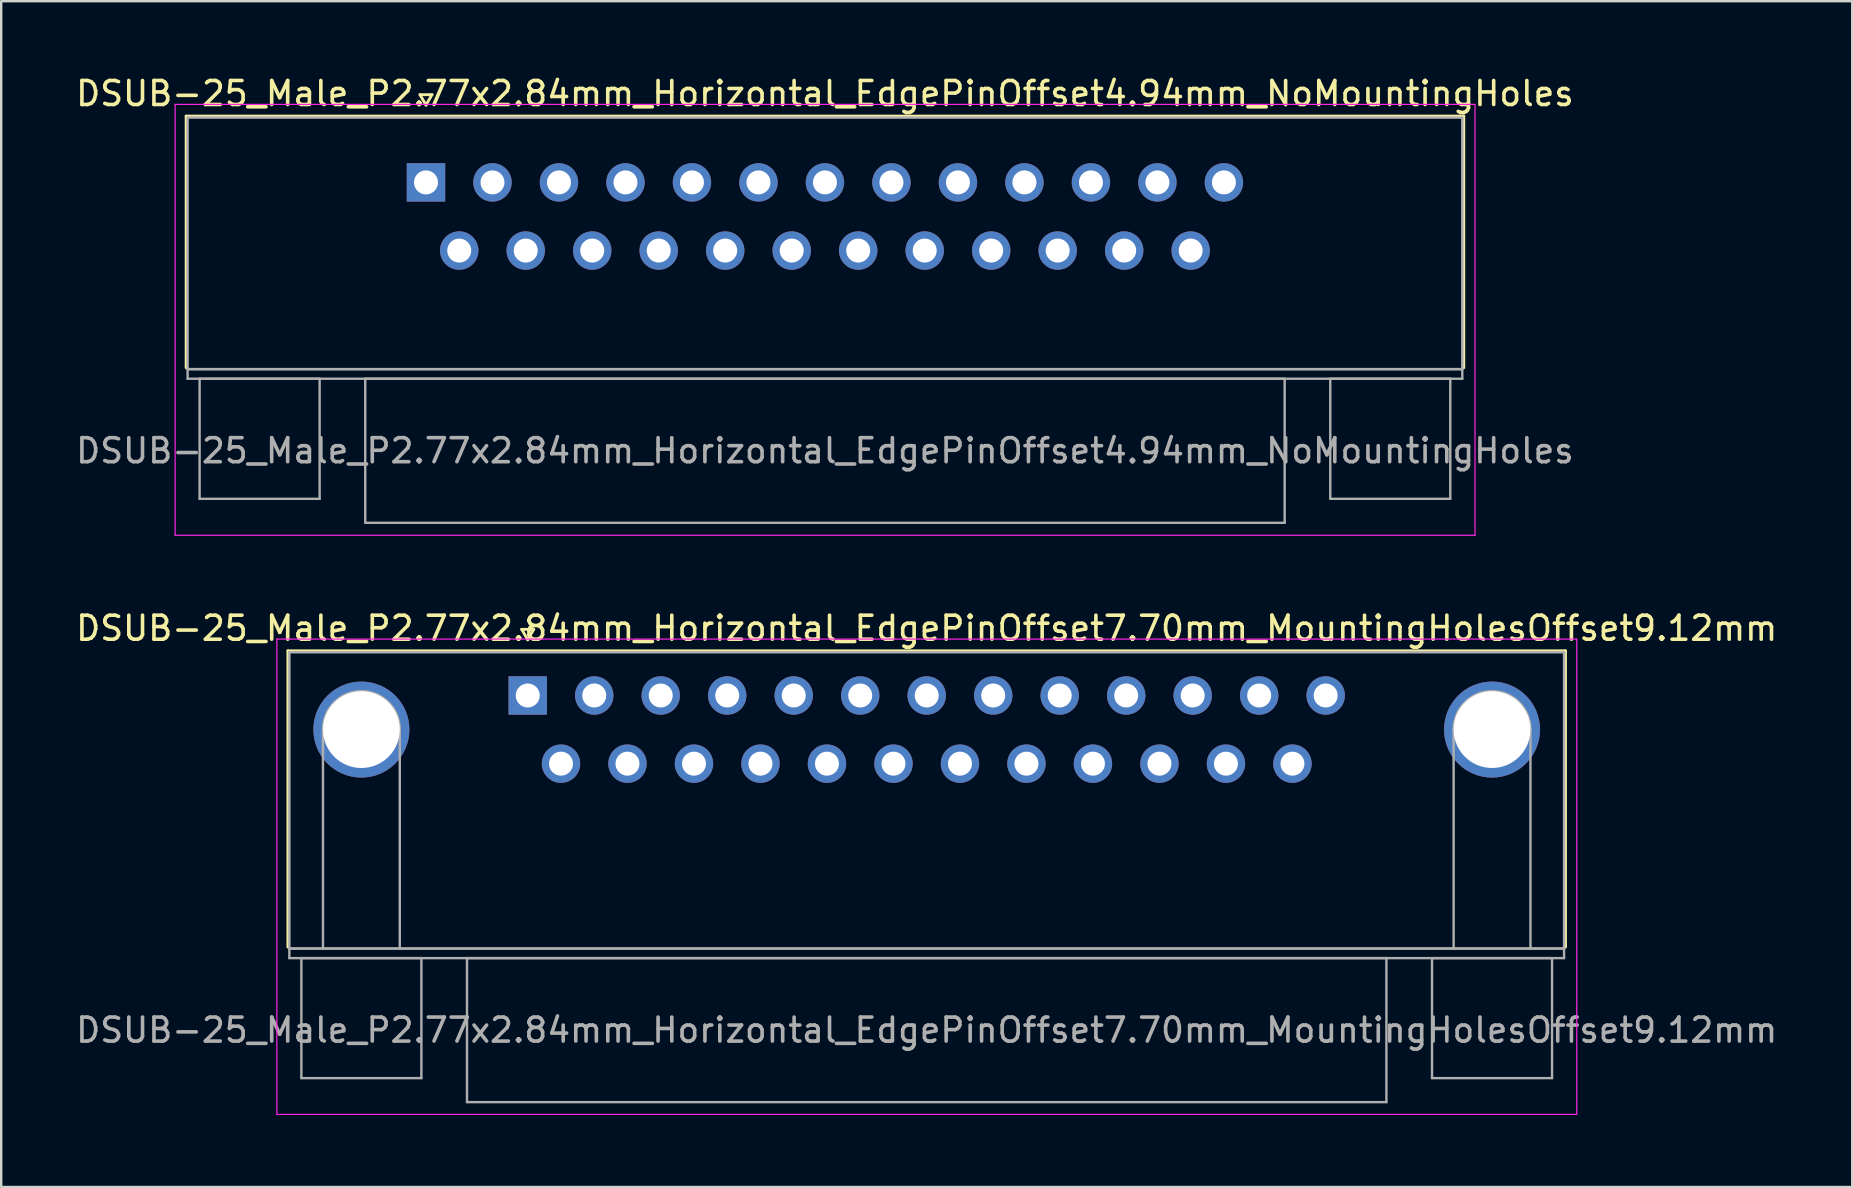
<source format=kicad_pcb>
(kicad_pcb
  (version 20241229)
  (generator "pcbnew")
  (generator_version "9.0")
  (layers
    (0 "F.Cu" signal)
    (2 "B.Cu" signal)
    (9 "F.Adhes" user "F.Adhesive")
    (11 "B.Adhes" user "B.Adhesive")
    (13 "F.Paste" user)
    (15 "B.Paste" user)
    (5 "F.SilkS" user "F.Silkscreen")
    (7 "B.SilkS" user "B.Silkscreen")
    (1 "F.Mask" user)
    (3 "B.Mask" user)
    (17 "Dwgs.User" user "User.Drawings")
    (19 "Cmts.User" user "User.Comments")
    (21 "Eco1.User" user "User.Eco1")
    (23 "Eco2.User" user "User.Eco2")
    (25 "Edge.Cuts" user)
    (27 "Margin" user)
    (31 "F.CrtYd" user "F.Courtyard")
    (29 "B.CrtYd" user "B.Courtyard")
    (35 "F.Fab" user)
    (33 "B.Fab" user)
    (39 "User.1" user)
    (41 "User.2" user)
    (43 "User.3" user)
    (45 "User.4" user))
  (footprint "DSUB-25_Male_P2.77x2.84mm_Horizontal_EdgePinOffset4.94mm_NoMountingHoles"
    (layer "F.Cu")
    (at 14.695 4.548)
    (property "Reference" "DSUB-25_Male_P2.77x2.84mm_Horizontal_EdgePinOffset4.94mm_NoMountingHoles" (at 16.62 -3.7 0) (layer "F.SilkS") (effects (font (size 1 1) (thickness 0.15))))
    (attr through_hole)
    (fp_line (start -9.99 -2.76) (end 43.23 -2.76) (stroke (width 0.12) (type solid)) (layer "F.SilkS"))
    (fp_line (start -9.99 7.72) (end -9.99 -2.76) (stroke (width 0.12) (type solid)) (layer "F.SilkS"))
    (fp_line (start -0.25 -3.654) (end 0.25 -3.654) (stroke (width 0.12) (type solid)) (layer "F.SilkS"))
    (fp_line (start 0 -3.221) (end -0.25 -3.654) (stroke (width 0.12) (type solid)) (layer "F.SilkS"))
    (fp_line (start 0.25 -3.654) (end 0 -3.221) (stroke (width 0.12) (type solid)) (layer "F.SilkS"))
    (fp_line (start 43.23 -2.76) (end 43.23 7.72) (stroke (width 0.12) (type solid)) (layer "F.SilkS"))
    (fp_line (start -10.45 -3.25) (end -10.45 14.7) (stroke (width 0.05) (type solid)) (layer "F.CrtYd"))
    (fp_line (start -10.45 14.7) (end 43.7 14.7) (stroke (width 0.05) (type solid)) (layer "F.CrtYd"))
    (fp_line (start 43.7 -3.25) (end -10.45 -3.25) (stroke (width 0.05) (type solid)) (layer "F.CrtYd"))
    (fp_line (start 43.7 14.7) (end 43.7 -3.25) (stroke (width 0.05) (type solid)) (layer "F.CrtYd"))
    (fp_line (start -9.93 -2.7) (end -9.93 7.78) (stroke (width 0.1) (type solid)) (layer "F.Fab"))
    (fp_line (start -9.93 7.78) (end -9.93 8.18) (stroke (width 0.1) (type solid)) (layer "F.Fab"))
    (fp_line (start -9.93 7.78) (end 43.17 7.78) (stroke (width 0.1) (type solid)) (layer "F.Fab"))
    (fp_line (start -9.93 8.18) (end 43.17 8.18) (stroke (width 0.1) (type solid)) (layer "F.Fab"))
    (fp_line (start -9.43 8.18) (end -9.43 13.18) (stroke (width 0.1) (type solid)) (layer "F.Fab"))
    (fp_line (start -9.43 13.18) (end -4.43 13.18) (stroke (width 0.1) (type solid)) (layer "F.Fab"))
    (fp_line (start -4.43 8.18) (end -9.43 8.18) (stroke (width 0.1) (type solid)) (layer "F.Fab"))
    (fp_line (start -4.43 13.18) (end -4.43 8.18) (stroke (width 0.1) (type solid)) (layer "F.Fab"))
    (fp_line (start -2.53 8.18) (end -2.53 14.18) (stroke (width 0.1) (type solid)) (layer "F.Fab"))
    (fp_line (start -2.53 14.18) (end 35.77 14.18) (stroke (width 0.1) (type solid)) (layer "F.Fab"))
    (fp_line (start 35.77 8.18) (end -2.53 8.18) (stroke (width 0.1) (type solid)) (layer "F.Fab"))
    (fp_line (start 35.77 14.18) (end 35.77 8.18) (stroke (width 0.1) (type solid)) (layer "F.Fab"))
    (fp_line (start 37.67 8.18) (end 37.67 13.18) (stroke (width 0.1) (type solid)) (layer "F.Fab"))
    (fp_line (start 37.67 13.18) (end 42.67 13.18) (stroke (width 0.1) (type solid)) (layer "F.Fab"))
    (fp_line (start 42.67 8.18) (end 37.67 8.18) (stroke (width 0.1) (type solid)) (layer "F.Fab"))
    (fp_line (start 42.67 13.18) (end 42.67 8.18) (stroke (width 0.1) (type solid)) (layer "F.Fab"))
    (fp_line (start 43.17 -2.7) (end -9.93 -2.7) (stroke (width 0.1) (type solid)) (layer "F.Fab"))
    (fp_line (start 43.17 7.78) (end -9.93 7.78) (stroke (width 0.1) (type solid)) (layer "F.Fab"))
    (fp_line (start 43.17 7.78) (end 43.17 -2.7) (stroke (width 0.1) (type solid)) (layer "F.Fab"))
    (fp_line (start 43.17 8.18) (end 43.17 7.78) (stroke (width 0.1) (type solid)) (layer "F.Fab"))
    (fp_text user "${REFERENCE}" (at 16.62 11.18 0) (layer "F.Fab") (effects (font (size 1 1) (thickness 0.15))))
    (pad "1" thru_hole rect (at 0 0) (size 1.6 1.6) (drill 1) (layers "*.Cu" "*.Mask"))
    (pad "2" thru_hole circle (at 2.77 0) (size 1.6 1.6) (drill 1) (layers "*.Cu" "*.Mask"))
    (pad "3" thru_hole circle (at 5.54 0) (size 1.6 1.6) (drill 1) (layers "*.Cu" "*.Mask"))
    (pad "4" thru_hole circle (at 8.31 0) (size 1.6 1.6) (drill 1) (layers "*.Cu" "*.Mask"))
    (pad "5" thru_hole circle (at 11.08 0) (size 1.6 1.6) (drill 1) (layers "*.Cu" "*.Mask"))
    (pad "6" thru_hole circle (at 13.85 0) (size 1.6 1.6) (drill 1) (layers "*.Cu" "*.Mask"))
    (pad "7" thru_hole circle (at 16.62 0) (size 1.6 1.6) (drill 1) (layers "*.Cu" "*.Mask"))
    (pad "8" thru_hole circle (at 19.39 0) (size 1.6 1.6) (drill 1) (layers "*.Cu" "*.Mask"))
    (pad "9" thru_hole circle (at 22.16 0) (size 1.6 1.6) (drill 1) (layers "*.Cu" "*.Mask"))
    (pad "10" thru_hole circle (at 24.93 0) (size 1.6 1.6) (drill 1) (layers "*.Cu" "*.Mask"))
    (pad "11" thru_hole circle (at 27.7 0) (size 1.6 1.6) (drill 1) (layers "*.Cu" "*.Mask"))
    (pad "12" thru_hole circle (at 30.47 0) (size 1.6 1.6) (drill 1) (layers "*.Cu" "*.Mask"))
    (pad "13" thru_hole circle (at 33.24 0) (size 1.6 1.6) (drill 1) (layers "*.Cu" "*.Mask"))
    (pad "14" thru_hole circle (at 1.385 2.84) (size 1.6 1.6) (drill 1) (layers "*.Cu" "*.Mask"))
    (pad "15" thru_hole circle (at 4.155 2.84) (size 1.6 1.6) (drill 1) (layers "*.Cu" "*.Mask"))
    (pad "16" thru_hole circle (at 6.925 2.84) (size 1.6 1.6) (drill 1) (layers "*.Cu" "*.Mask"))
    (pad "17" thru_hole circle (at 9.695 2.84) (size 1.6 1.6) (drill 1) (layers "*.Cu" "*.Mask"))
    (pad "18" thru_hole circle (at 12.465 2.84) (size 1.6 1.6) (drill 1) (layers "*.Cu" "*.Mask"))
    (pad "19" thru_hole circle (at 15.235 2.84) (size 1.6 1.6) (drill 1) (layers "*.Cu" "*.Mask"))
    (pad "20" thru_hole circle (at 18.005 2.84) (size 1.6 1.6) (drill 1) (layers "*.Cu" "*.Mask"))
    (pad "21" thru_hole circle (at 20.775 2.84) (size 1.6 1.6) (drill 1) (layers "*.Cu" "*.Mask"))
    (pad "22" thru_hole circle (at 23.545 2.84) (size 1.6 1.6) (drill 1) (layers "*.Cu" "*.Mask"))
    (pad "23" thru_hole circle (at 26.315 2.84) (size 1.6 1.6) (drill 1) (layers "*.Cu" "*.Mask"))
    (pad "24" thru_hole circle (at 29.085 2.84) (size 1.6 1.6) (drill 1) (layers "*.Cu" "*.Mask"))
    (pad "25" thru_hole circle (at 31.855 2.84) (size 1.6 1.6) (drill 1) (layers "*.Cu" "*.Mask")))
  (footprint "DSUB-25_Male_P2.77x2.84mm_Horizontal_EdgePinOffset7.70mm_MountingHolesOffset9.12mm"
    (layer "F.Cu")
    (at 18.934 25.922)
    (property "Reference" "DSUB-25_Male_P2.77x2.84mm_Horizontal_EdgePinOffset7.70mm_MountingHolesOffset9.12mm" (at 16.62 -2.8 0) (layer "F.SilkS") (effects (font (size 1 1) (thickness 0.15))))
    (attr through_hole)
    (fp_line (start -9.99 -1.86) (end 43.23 -1.86) (stroke (width 0.12) (type solid)) (layer "F.SilkS"))
    (fp_line (start -9.99 10.48) (end -9.99 -1.86) (stroke (width 0.12) (type solid)) (layer "F.SilkS"))
    (fp_line (start -0.25 -2.754) (end 0.25 -2.754) (stroke (width 0.12) (type solid)) (layer "F.SilkS"))
    (fp_line (start 0 -2.321) (end -0.25 -2.754) (stroke (width 0.12) (type solid)) (layer "F.SilkS"))
    (fp_line (start 0.25 -2.754) (end 0 -2.321) (stroke (width 0.12) (type solid)) (layer "F.SilkS"))
    (fp_line (start 43.23 -1.86) (end 43.23 10.48) (stroke (width 0.12) (type solid)) (layer "F.SilkS"))
    (fp_line (start -10.45 -2.35) (end -10.45 17.45) (stroke (width 0.05) (type solid)) (layer "F.CrtYd"))
    (fp_line (start -10.45 17.45) (end 43.7 17.45) (stroke (width 0.05) (type solid)) (layer "F.CrtYd"))
    (fp_line (start 43.7 -2.35) (end -10.45 -2.35) (stroke (width 0.05) (type solid)) (layer "F.CrtYd"))
    (fp_line (start 43.7 17.45) (end 43.7 -2.35) (stroke (width 0.05) (type solid)) (layer "F.CrtYd"))
    (fp_line (start -9.93 -1.8) (end -9.93 10.54) (stroke (width 0.1) (type solid)) (layer "F.Fab"))
    (fp_line (start -9.93 10.54) (end -9.93 10.94) (stroke (width 0.1) (type solid)) (layer "F.Fab"))
    (fp_line (start -9.93 10.54) (end 43.17 10.54) (stroke (width 0.1) (type solid)) (layer "F.Fab"))
    (fp_line (start -9.93 10.94) (end 43.17 10.94) (stroke (width 0.1) (type solid)) (layer "F.Fab"))
    (fp_line (start -9.43 10.94) (end -9.43 15.94) (stroke (width 0.1) (type solid)) (layer "F.Fab"))
    (fp_line (start -9.43 15.94) (end -4.43 15.94) (stroke (width 0.1) (type solid)) (layer "F.Fab"))
    (fp_line (start -8.53 10.54) (end -8.53 1.42) (stroke (width 0.1) (type solid)) (layer "F.Fab"))
    (fp_line (start -5.33 10.54) (end -5.33 1.42) (stroke (width 0.1) (type solid)) (layer "F.Fab"))
    (fp_line (start -4.43 10.94) (end -9.43 10.94) (stroke (width 0.1) (type solid)) (layer "F.Fab"))
    (fp_line (start -4.43 15.94) (end -4.43 10.94) (stroke (width 0.1) (type solid)) (layer "F.Fab"))
    (fp_line (start -2.53 10.94) (end -2.53 16.94) (stroke (width 0.1) (type solid)) (layer "F.Fab"))
    (fp_line (start -2.53 16.94) (end 35.77 16.94) (stroke (width 0.1) (type solid)) (layer "F.Fab"))
    (fp_line (start 35.77 10.94) (end -2.53 10.94) (stroke (width 0.1) (type solid)) (layer "F.Fab"))
    (fp_line (start 35.77 16.94) (end 35.77 10.94) (stroke (width 0.1) (type solid)) (layer "F.Fab"))
    (fp_line (start 37.67 10.94) (end 37.67 15.94) (stroke (width 0.1) (type solid)) (layer "F.Fab"))
    (fp_line (start 37.67 15.94) (end 42.67 15.94) (stroke (width 0.1) (type solid)) (layer "F.Fab"))
    (fp_line (start 38.57 10.54) (end 38.57 1.42) (stroke (width 0.1) (type solid)) (layer "F.Fab"))
    (fp_line (start 41.77 10.54) (end 41.77 1.42) (stroke (width 0.1) (type solid)) (layer "F.Fab"))
    (fp_line (start 42.67 10.94) (end 37.67 10.94) (stroke (width 0.1) (type solid)) (layer "F.Fab"))
    (fp_line (start 42.67 15.94) (end 42.67 10.94) (stroke (width 0.1) (type solid)) (layer "F.Fab"))
    (fp_line (start 43.17 -1.8) (end -9.93 -1.8) (stroke (width 0.1) (type solid)) (layer "F.Fab"))
    (fp_line (start 43.17 10.54) (end -9.93 10.54) (stroke (width 0.1) (type solid)) (layer "F.Fab"))
    (fp_line (start 43.17 10.54) (end 43.17 -1.8) (stroke (width 0.1) (type solid)) (layer "F.Fab"))
    (fp_line (start 43.17 10.94) (end 43.17 10.54) (stroke (width 0.1) (type solid)) (layer "F.Fab"))
    (fp_arc (start -8.53 1.42) (mid -6.93 -0.18) (end -5.33 1.42) (stroke (width 0.1) (type solid)) (layer "F.Fab"))
    (fp_arc (start 38.57 1.42) (mid 40.17 -0.18) (end 41.77 1.42) (stroke (width 0.1) (type solid)) (layer "F.Fab"))
    (fp_text user "${REFERENCE}" (at 16.62 13.94 0) (layer "F.Fab") (effects (font (size 1 1) (thickness 0.15))))
    (pad "0" thru_hole circle (at -6.93 1.42) (size 4 4) (drill 3.2) (layers "*.Cu" "*.Mask"))
    (pad "0" thru_hole circle (at 40.17 1.42) (size 4 4) (drill 3.2) (layers "*.Cu" "*.Mask"))
    (pad "1" thru_hole rect (at 0 0) (size 1.6 1.6) (drill 1) (layers "*.Cu" "*.Mask"))
    (pad "2" thru_hole circle (at 2.77 0) (size 1.6 1.6) (drill 1) (layers "*.Cu" "*.Mask"))
    (pad "3" thru_hole circle (at 5.54 0) (size 1.6 1.6) (drill 1) (layers "*.Cu" "*.Mask"))
    (pad "4" thru_hole circle (at 8.31 0) (size 1.6 1.6) (drill 1) (layers "*.Cu" "*.Mask"))
    (pad "5" thru_hole circle (at 11.08 0) (size 1.6 1.6) (drill 1) (layers "*.Cu" "*.Mask"))
    (pad "6" thru_hole circle (at 13.85 0) (size 1.6 1.6) (drill 1) (layers "*.Cu" "*.Mask"))
    (pad "7" thru_hole circle (at 16.62 0) (size 1.6 1.6) (drill 1) (layers "*.Cu" "*.Mask"))
    (pad "8" thru_hole circle (at 19.39 0) (size 1.6 1.6) (drill 1) (layers "*.Cu" "*.Mask"))
    (pad "9" thru_hole circle (at 22.16 0) (size 1.6 1.6) (drill 1) (layers "*.Cu" "*.Mask"))
    (pad "10" thru_hole circle (at 24.93 0) (size 1.6 1.6) (drill 1) (layers "*.Cu" "*.Mask"))
    (pad "11" thru_hole circle (at 27.7 0) (size 1.6 1.6) (drill 1) (layers "*.Cu" "*.Mask"))
    (pad "12" thru_hole circle (at 30.47 0) (size 1.6 1.6) (drill 1) (layers "*.Cu" "*.Mask"))
    (pad "13" thru_hole circle (at 33.24 0) (size 1.6 1.6) (drill 1) (layers "*.Cu" "*.Mask"))
    (pad "14" thru_hole circle (at 1.385 2.84) (size 1.6 1.6) (drill 1) (layers "*.Cu" "*.Mask"))
    (pad "15" thru_hole circle (at 4.155 2.84) (size 1.6 1.6) (drill 1) (layers "*.Cu" "*.Mask"))
    (pad "16" thru_hole circle (at 6.925 2.84) (size 1.6 1.6) (drill 1) (layers "*.Cu" "*.Mask"))
    (pad "17" thru_hole circle (at 9.695 2.84) (size 1.6 1.6) (drill 1) (layers "*.Cu" "*.Mask"))
    (pad "18" thru_hole circle (at 12.465 2.84) (size 1.6 1.6) (drill 1) (layers "*.Cu" "*.Mask"))
    (pad "19" thru_hole circle (at 15.235 2.84) (size 1.6 1.6) (drill 1) (layers "*.Cu" "*.Mask"))
    (pad "20" thru_hole circle (at 18.005 2.84) (size 1.6 1.6) (drill 1) (layers "*.Cu" "*.Mask"))
    (pad "21" thru_hole circle (at 20.775 2.84) (size 1.6 1.6) (drill 1) (layers "*.Cu" "*.Mask"))
    (pad "22" thru_hole circle (at 23.545 2.84) (size 1.6 1.6) (drill 1) (layers "*.Cu" "*.Mask"))
    (pad "23" thru_hole circle (at 26.315 2.84) (size 1.6 1.6) (drill 1) (layers "*.Cu" "*.Mask"))
    (pad "24" thru_hole circle (at 29.085 2.84) (size 1.6 1.6) (drill 1) (layers "*.Cu" "*.Mask"))
    (pad "25" thru_hole circle (at 31.855 2.84) (size 1.6 1.6) (drill 1) (layers "*.Cu" "*.Mask")))
  (gr_rect
    (start -3 -3)
    (end 74.107 46.397)
    (stroke (width 0.1) (type default))
    (fill no)
    (layer "Edge.Cuts")))
</source>
